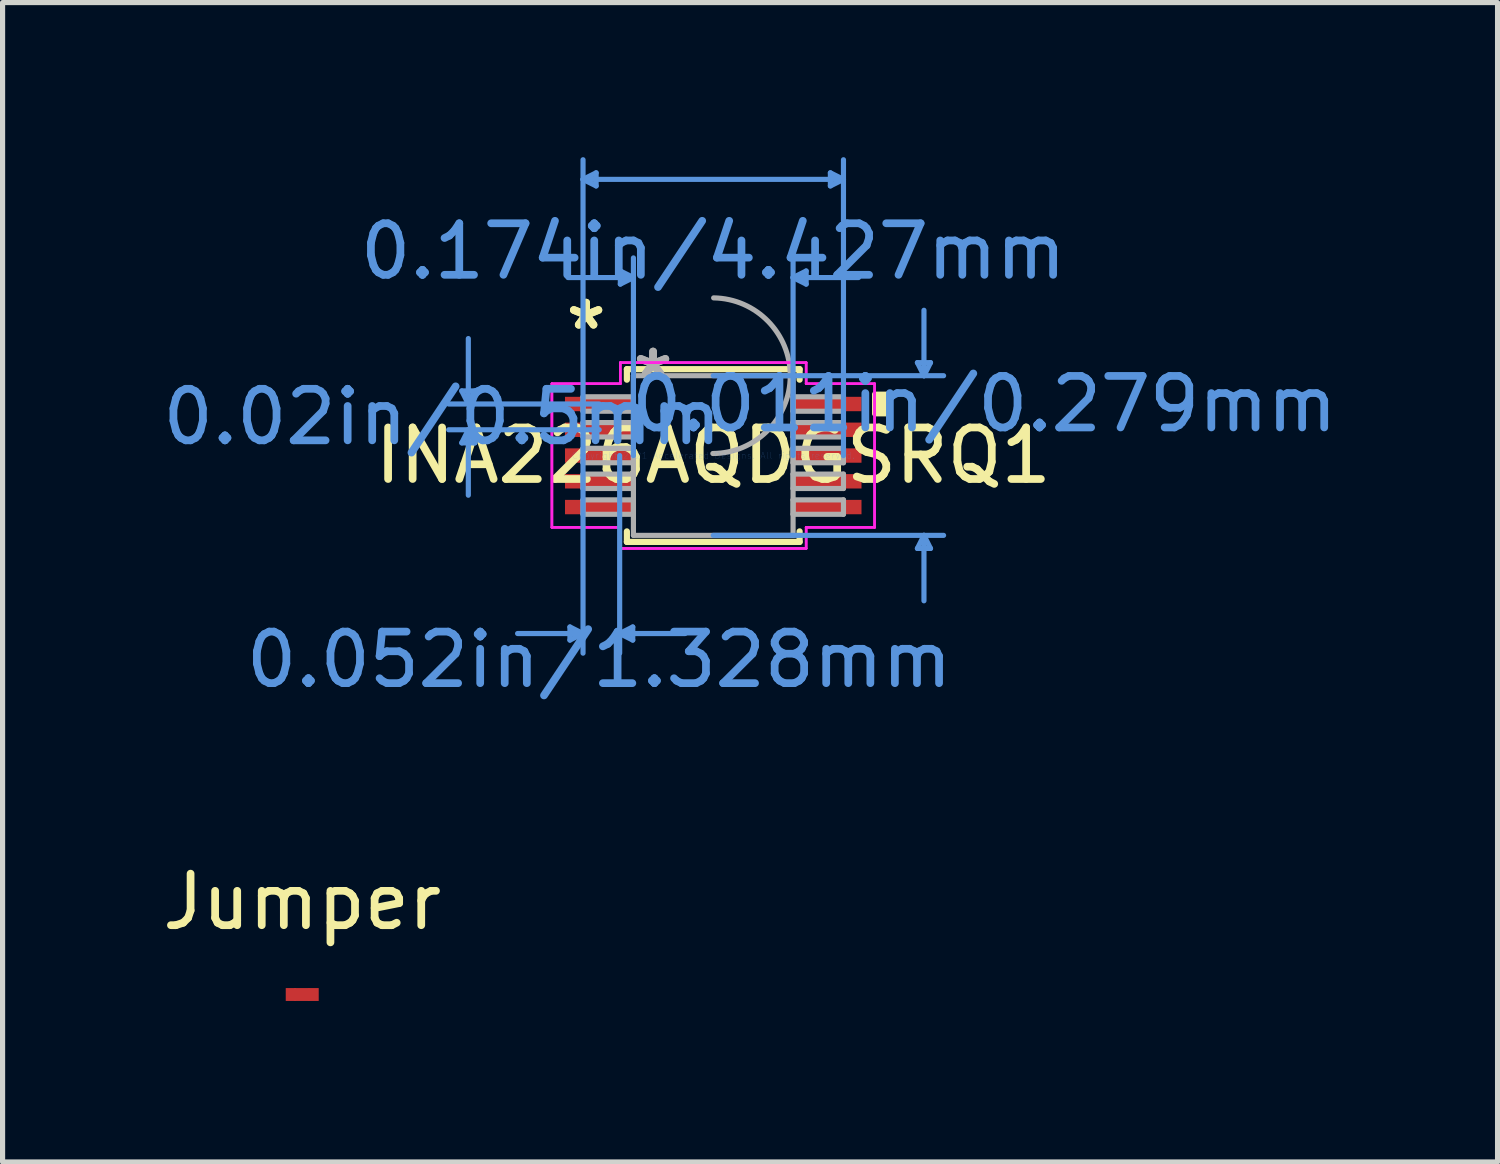
<source format=kicad_pcb>
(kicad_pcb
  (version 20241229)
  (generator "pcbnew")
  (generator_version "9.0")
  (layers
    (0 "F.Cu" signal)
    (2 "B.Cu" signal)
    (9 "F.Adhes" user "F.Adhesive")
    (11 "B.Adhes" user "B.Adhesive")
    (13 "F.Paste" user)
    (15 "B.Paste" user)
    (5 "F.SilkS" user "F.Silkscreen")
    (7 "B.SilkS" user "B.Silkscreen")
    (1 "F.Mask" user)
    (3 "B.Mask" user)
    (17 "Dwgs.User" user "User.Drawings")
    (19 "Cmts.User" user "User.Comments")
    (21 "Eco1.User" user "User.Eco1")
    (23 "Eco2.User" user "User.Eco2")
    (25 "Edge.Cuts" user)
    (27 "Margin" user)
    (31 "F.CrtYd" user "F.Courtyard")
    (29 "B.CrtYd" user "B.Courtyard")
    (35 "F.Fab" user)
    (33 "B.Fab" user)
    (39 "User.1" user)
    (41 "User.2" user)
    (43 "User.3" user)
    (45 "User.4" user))
  (footprint "INA226AQDGSRQ1"
    (layer "F.Cu")
    (at 10.791 5.79)
    (property "Reference" "INA226AQDGSRQ1" (at 0 0 0) (layer "F.SilkS") (effects (font (size 1 1) (thickness 0.15))))
    (attr through_hole)
    (fp_line (start -1.676 -1.676) (end -1.676 -1.472) (stroke (width 0.12) (type solid)) (layer "F.SilkS"))
    (fp_line (start -1.676 1.472) (end -1.676 1.676) (stroke (width 0.12) (type solid)) (layer "F.SilkS"))
    (fp_line (start -1.676 1.676) (end 1.676 1.676) (stroke (width 0.12) (type solid)) (layer "F.SilkS"))
    (fp_line (start 1.676 -1.676) (end -1.676 -1.676) (stroke (width 0.12) (type solid)) (layer "F.SilkS"))
    (fp_line (start 1.676 -1.472) (end 1.676 -1.676) (stroke (width 0.12) (type solid)) (layer "F.SilkS"))
    (fp_line (start 1.676 1.676) (end 1.676 1.472) (stroke (width 0.12) (type solid)) (layer "F.SilkS"))
    (fp_poly (pts (xy 3.385 -1.191) (xy 3.385 -0.81) (xy 3.131 -0.81) (xy 3.131 -1.191)) (stroke (width 0.1) (type solid)) (fill yes) (layer "F.SilkS"))
    (fp_line (start -4.88 -1.254) (end -4.626 -1.254) (stroke (width 0.1) (type solid)) (layer "Cmts.User"))
    (fp_line (start -4.88 -0.246) (end -4.626 -0.246) (stroke (width 0.1) (type solid)) (layer "Cmts.User"))
    (fp_line (start -4.753 -1) (end -4.88 -1.254) (stroke (width 0.1) (type solid)) (layer "Cmts.User"))
    (fp_line (start -4.753 -1) (end -4.753 -2.27) (stroke (width 0.1) (type solid)) (layer "Cmts.User"))
    (fp_line (start -4.753 -1) (end -4.626 -1.254) (stroke (width 0.1) (type solid)) (layer "Cmts.User"))
    (fp_line (start -4.753 -0.5) (end -4.88 -0.246) (stroke (width 0.1) (type solid)) (layer "Cmts.User"))
    (fp_line (start -4.753 -0.5) (end -4.753 0.77) (stroke (width 0.1) (type solid)) (layer "Cmts.User"))
    (fp_line (start -4.753 -0.5) (end -4.626 -0.246) (stroke (width 0.1) (type solid)) (layer "Cmts.User"))
    (fp_line (start -2.781 3.327) (end -2.781 3.581) (stroke (width 0.1) (type solid)) (layer "Cmts.User"))
    (fp_line (start -2.527 -5.359) (end -2.273 -5.486) (stroke (width 0.1) (type solid)) (layer "Cmts.User"))
    (fp_line (start -2.527 -5.359) (end -2.273 -5.232) (stroke (width 0.1) (type solid)) (layer "Cmts.User"))
    (fp_line (start -2.527 -5.359) (end 2.527 -5.359) (stroke (width 0.1) (type solid)) (layer "Cmts.User"))
    (fp_line (start -2.527 0) (end -2.527 -5.74) (stroke (width 0.1) (type solid)) (layer "Cmts.User"))
    (fp_line (start -2.527 0) (end -2.527 3.835) (stroke (width 0.1) (type solid)) (layer "Cmts.User"))
    (fp_line (start -2.527 3.454) (end -3.797 3.454) (stroke (width 0.1) (type solid)) (layer "Cmts.User"))
    (fp_line (start -2.527 3.454) (end -2.781 3.327) (stroke (width 0.1) (type solid)) (layer "Cmts.User"))
    (fp_line (start -2.527 3.454) (end -2.781 3.581) (stroke (width 0.1) (type solid)) (layer "Cmts.User"))
    (fp_line (start -2.273 -5.486) (end -2.273 -5.232) (stroke (width 0.1) (type solid)) (layer "Cmts.User"))
    (fp_line (start -2.213 -1) (end -5.134 -1) (stroke (width 0.1) (type solid)) (layer "Cmts.User"))
    (fp_line (start -2.213 -0.5) (end -5.134 -0.5) (stroke (width 0.1) (type solid)) (layer "Cmts.User"))
    (fp_line (start -1.816 0) (end -1.816 3.835) (stroke (width 0.1) (type solid)) (layer "Cmts.User"))
    (fp_line (start -1.816 3.454) (end -1.562 3.327) (stroke (width 0.1) (type solid)) (layer "Cmts.User"))
    (fp_line (start -1.816 3.454) (end -1.562 3.581) (stroke (width 0.1) (type solid)) (layer "Cmts.User"))
    (fp_line (start -1.816 3.454) (end -0.546 3.454) (stroke (width 0.1) (type solid)) (layer "Cmts.User"))
    (fp_line (start -1.803 -3.581) (end -1.803 -3.327) (stroke (width 0.1) (type solid)) (layer "Cmts.User"))
    (fp_line (start -1.562 3.327) (end -1.562 3.581) (stroke (width 0.1) (type solid)) (layer "Cmts.User"))
    (fp_line (start -1.549 -3.454) (end -2.819 -3.454) (stroke (width 0.1) (type solid)) (layer "Cmts.User"))
    (fp_line (start -1.549 -3.454) (end -1.803 -3.581) (stroke (width 0.1) (type solid)) (layer "Cmts.User"))
    (fp_line (start -1.549 -3.454) (end -1.803 -3.327) (stroke (width 0.1) (type solid)) (layer "Cmts.User"))
    (fp_line (start -1.549 0) (end -1.549 -3.835) (stroke (width 0.1) (type solid)) (layer "Cmts.User"))
    (fp_line (start 0 -1.549) (end 4.47 -1.549) (stroke (width 0.1) (type solid)) (layer "Cmts.User"))
    (fp_line (start 0 1.549) (end 4.47 1.549) (stroke (width 0.1) (type solid)) (layer "Cmts.User"))
    (fp_line (start 1.549 -3.454) (end 1.803 -3.581) (stroke (width 0.1) (type solid)) (layer "Cmts.User"))
    (fp_line (start 1.549 -3.454) (end 1.803 -3.327) (stroke (width 0.1) (type solid)) (layer "Cmts.User"))
    (fp_line (start 1.549 -3.454) (end 2.819 -3.454) (stroke (width 0.1) (type solid)) (layer "Cmts.User"))
    (fp_line (start 1.549 0) (end 1.549 -3.835) (stroke (width 0.1) (type solid)) (layer "Cmts.User"))
    (fp_line (start 1.803 -3.581) (end 1.803 -3.327) (stroke (width 0.1) (type solid)) (layer "Cmts.User"))
    (fp_line (start 2.273 -5.486) (end 2.273 -5.232) (stroke (width 0.1) (type solid)) (layer "Cmts.User"))
    (fp_line (start 2.527 -5.359) (end 2.273 -5.486) (stroke (width 0.1) (type solid)) (layer "Cmts.User"))
    (fp_line (start 2.527 -5.359) (end 2.273 -5.232) (stroke (width 0.1) (type solid)) (layer "Cmts.User"))
    (fp_line (start 2.527 0) (end 2.527 -5.74) (stroke (width 0.1) (type solid)) (layer "Cmts.User"))
    (fp_line (start 3.962 -1.803) (end 4.216 -1.803) (stroke (width 0.1) (type solid)) (layer "Cmts.User"))
    (fp_line (start 3.962 1.803) (end 4.216 1.803) (stroke (width 0.1) (type solid)) (layer "Cmts.User"))
    (fp_line (start 4.089 -1.549) (end 3.962 -1.803) (stroke (width 0.1) (type solid)) (layer "Cmts.User"))
    (fp_line (start 4.089 -1.549) (end 4.089 -2.819) (stroke (width 0.1) (type solid)) (layer "Cmts.User"))
    (fp_line (start 4.089 -1.549) (end 4.216 -1.803) (stroke (width 0.1) (type solid)) (layer "Cmts.User"))
    (fp_line (start 4.089 1.549) (end 3.962 1.803) (stroke (width 0.1) (type solid)) (layer "Cmts.User"))
    (fp_line (start 4.089 1.549) (end 4.089 2.819) (stroke (width 0.1) (type solid)) (layer "Cmts.User"))
    (fp_line (start 4.089 1.549) (end 4.216 1.803) (stroke (width 0.1) (type solid)) (layer "Cmts.User"))
    (fp_line (start -3.131 -1.394) (end -1.803 -1.394) (stroke (width 0.05) (type solid)) (layer "F.CrtYd"))
    (fp_line (start -3.131 -1.394) (end -1.803 -1.394) (stroke (width 0.05) (type solid)) (layer "F.CrtYd"))
    (fp_line (start -3.131 1.394) (end -3.131 -1.394) (stroke (width 0.05) (type solid)) (layer "F.CrtYd"))
    (fp_line (start -3.131 1.394) (end -3.131 -1.394) (stroke (width 0.05) (type solid)) (layer "F.CrtYd"))
    (fp_line (start -3.131 1.394) (end -1.803 1.394) (stroke (width 0.05) (type solid)) (layer "F.CrtYd"))
    (fp_line (start -1.803 -1.803) (end 1.803 -1.803) (stroke (width 0.05) (type solid)) (layer "F.CrtYd"))
    (fp_line (start -1.803 -1.803) (end 1.803 -1.803) (stroke (width 0.05) (type solid)) (layer "F.CrtYd"))
    (fp_line (start -1.803 -1.394) (end -1.803 -1.803) (stroke (width 0.05) (type solid)) (layer "F.CrtYd"))
    (fp_line (start -1.803 -1.394) (end -1.803 -1.803) (stroke (width 0.05) (type solid)) (layer "F.CrtYd"))
    (fp_line (start -1.803 1.394) (end -3.131 1.394) (stroke (width 0.05) (type solid)) (layer "F.CrtYd"))
    (fp_line (start -1.803 1.803) (end -1.803 1.394) (stroke (width 0.05) (type solid)) (layer "F.CrtYd"))
    (fp_line (start -1.803 1.803) (end -1.803 1.394) (stroke (width 0.05) (type solid)) (layer "F.CrtYd"))
    (fp_line (start 1.803 -1.803) (end 1.803 -1.394) (stroke (width 0.05) (type solid)) (layer "F.CrtYd"))
    (fp_line (start 1.803 -1.803) (end 1.803 -1.394) (stroke (width 0.05) (type solid)) (layer "F.CrtYd"))
    (fp_line (start 1.803 -1.394) (end 3.131 -1.394) (stroke (width 0.05) (type solid)) (layer "F.CrtYd"))
    (fp_line (start 1.803 1.394) (end 1.803 1.803) (stroke (width 0.05) (type solid)) (layer "F.CrtYd"))
    (fp_line (start 1.803 1.394) (end 1.803 1.803) (stroke (width 0.05) (type solid)) (layer "F.CrtYd"))
    (fp_line (start 1.803 1.803) (end -1.803 1.803) (stroke (width 0.05) (type solid)) (layer "F.CrtYd"))
    (fp_line (start 1.803 1.803) (end -1.803 1.803) (stroke (width 0.05) (type solid)) (layer "F.CrtYd"))
    (fp_line (start 3.131 -1.394) (end 1.803 -1.394) (stroke (width 0.05) (type solid)) (layer "F.CrtYd"))
    (fp_line (start 3.131 -1.394) (end 3.131 1.394) (stroke (width 0.05) (type solid)) (layer "F.CrtYd"))
    (fp_line (start 3.131 -1.394) (end 3.131 1.394) (stroke (width 0.05) (type solid)) (layer "F.CrtYd"))
    (fp_line (start 3.131 1.394) (end 1.803 1.394) (stroke (width 0.05) (type solid)) (layer "F.CrtYd"))
    (fp_line (start 3.131 1.394) (end 1.803 1.394) (stroke (width 0.05) (type solid)) (layer "F.CrtYd"))
    (fp_line (start -2.527 -1.14) (end -2.527 -0.86) (stroke (width 0.1) (type solid)) (layer "F.Fab"))
    (fp_line (start -2.527 -0.86) (end -1.549 -0.86) (stroke (width 0.1) (type solid)) (layer "F.Fab"))
    (fp_line (start -2.527 -0.64) (end -2.527 -0.36) (stroke (width 0.1) (type solid)) (layer "F.Fab"))
    (fp_line (start -2.527 -0.36) (end -1.549 -0.36) (stroke (width 0.1) (type solid)) (layer "F.Fab"))
    (fp_line (start -2.527 -0.14) (end -2.527 0.14) (stroke (width 0.1) (type solid)) (layer "F.Fab"))
    (fp_line (start -2.527 0.14) (end -1.549 0.14) (stroke (width 0.1) (type solid)) (layer "F.Fab"))
    (fp_line (start -2.527 0.36) (end -2.527 0.64) (stroke (width 0.1) (type solid)) (layer "F.Fab"))
    (fp_line (start -2.527 0.64) (end -1.549 0.64) (stroke (width 0.1) (type solid)) (layer "F.Fab"))
    (fp_line (start -2.527 0.86) (end -2.527 1.14) (stroke (width 0.1) (type solid)) (layer "F.Fab"))
    (fp_line (start -2.527 1.14) (end -1.549 1.14) (stroke (width 0.1) (type solid)) (layer "F.Fab"))
    (fp_line (start -1.549 -1.549) (end -1.549 1.549) (stroke (width 0.1) (type solid)) (layer "F.Fab"))
    (fp_line (start -1.549 -1.14) (end -2.527 -1.14) (stroke (width 0.1) (type solid)) (layer "F.Fab"))
    (fp_line (start -1.549 -0.86) (end -1.549 -1.14) (stroke (width 0.1) (type solid)) (layer "F.Fab"))
    (fp_line (start -1.549 -0.64) (end -2.527 -0.64) (stroke (width 0.1) (type solid)) (layer "F.Fab"))
    (fp_line (start -1.549 -0.36) (end -1.549 -0.64) (stroke (width 0.1) (type solid)) (layer "F.Fab"))
    (fp_line (start -1.549 -0.14) (end -2.527 -0.14) (stroke (width 0.1) (type solid)) (layer "F.Fab"))
    (fp_line (start -1.549 0.14) (end -1.549 -0.14) (stroke (width 0.1) (type solid)) (layer "F.Fab"))
    (fp_line (start -1.549 0.36) (end -2.527 0.36) (stroke (width 0.1) (type solid)) (layer "F.Fab"))
    (fp_line (start -1.549 0.64) (end -1.549 0.36) (stroke (width 0.1) (type solid)) (layer "F.Fab"))
    (fp_line (start -1.549 0.86) (end -2.527 0.86) (stroke (width 0.1) (type solid)) (layer "F.Fab"))
    (fp_line (start -1.549 1.14) (end -1.549 0.86) (stroke (width 0.1) (type solid)) (layer "F.Fab"))
    (fp_line (start -1.549 1.549) (end 1.549 1.549) (stroke (width 0.1) (type solid)) (layer "F.Fab"))
    (fp_line (start 1.549 -1.549) (end -1.549 -1.549) (stroke (width 0.1) (type solid)) (layer "F.Fab"))
    (fp_line (start 1.549 -1.14) (end 1.549 -0.86) (stroke (width 0.1) (type solid)) (layer "F.Fab"))
    (fp_line (start 1.549 -0.86) (end 2.527 -0.86) (stroke (width 0.1) (type solid)) (layer "F.Fab"))
    (fp_line (start 1.549 -0.64) (end 1.549 -0.36) (stroke (width 0.1) (type solid)) (layer "F.Fab"))
    (fp_line (start 1.549 -0.36) (end 2.527 -0.36) (stroke (width 0.1) (type solid)) (layer "F.Fab"))
    (fp_line (start 1.549 -0.14) (end 1.549 0.14) (stroke (width 0.1) (type solid)) (layer "F.Fab"))
    (fp_line (start 1.549 0.14) (end 2.527 0.14) (stroke (width 0.1) (type solid)) (layer "F.Fab"))
    (fp_line (start 1.549 0.36) (end 1.549 0.64) (stroke (width 0.1) (type solid)) (layer "F.Fab"))
    (fp_line (start 1.549 0.64) (end 2.527 0.64) (stroke (width 0.1) (type solid)) (layer "F.Fab"))
    (fp_line (start 1.549 0.86) (end 1.549 1.14) (stroke (width 0.1) (type solid)) (layer "F.Fab"))
    (fp_line (start 1.549 1.14) (end 2.527 1.14) (stroke (width 0.1) (type solid)) (layer "F.Fab"))
    (fp_line (start 1.549 1.549) (end 1.549 -1.549) (stroke (width 0.1) (type solid)) (layer "F.Fab"))
    (fp_line (start 2.527 -1.14) (end 1.549 -1.14) (stroke (width 0.1) (type solid)) (layer "F.Fab"))
    (fp_line (start 2.527 -0.86) (end 2.527 -1.14) (stroke (width 0.1) (type solid)) (layer "F.Fab"))
    (fp_line (start 2.527 -0.64) (end 1.549 -0.64) (stroke (width 0.1) (type solid)) (layer "F.Fab"))
    (fp_line (start 2.527 -0.36) (end 2.527 -0.64) (stroke (width 0.1) (type solid)) (layer "F.Fab"))
    (fp_line (start 2.527 -0.14) (end 1.549 -0.14) (stroke (width 0.1) (type solid)) (layer "F.Fab"))
    (fp_line (start 2.527 0.14) (end 2.527 -0.14) (stroke (width 0.1) (type solid)) (layer "F.Fab"))
    (fp_line (start 2.527 0.36) (end 1.549 0.36) (stroke (width 0.1) (type solid)) (layer "F.Fab"))
    (fp_line (start 2.527 0.64) (end 2.527 0.36) (stroke (width 0.1) (type solid)) (layer "F.Fab"))
    (fp_line (start 2.527 0.86) (end 1.549 0.86) (stroke (width 0.1) (type solid)) (layer "F.Fab"))
    (fp_line (start 2.527 1.14) (end 2.527 0.86) (stroke (width 0.1) (type solid)) (layer "F.Fab"))
    (fp_arc (start 0.007742 -3.059445) (mid 1.510045 -1.541658) (end -0.007742 -0.039355) (stroke (width 0.1) (type solid)) (layer "F.Fab"))
    (fp_text user "*" (at -2.467 -2.422 0) (layer "F.SilkS") (effects (font (size 1 1) (thickness 0.15))))
    (fp_text user "*" (at -2.467 -2.422 0) (layer "F.SilkS") (effects (font (size 1 1) (thickness 0.15))))
    (fp_text user "0.011in/0.279mm" (at 5.261 -1 0) (layer "Cmts.User") (effects (font (size 1 1) (thickness 0.15))))
    (fp_text user "Copyright 2021 Accelerated Designs. All rights reserved." (at 0 0 0) (layer "Cmts.User") (effects (font (size 0.127 0.127) (thickness 0.002))))
    (fp_text user "0.02in/0.5mm" (at -5.261 -0.75 0) (layer "Cmts.User") (effects (font (size 1 1) (thickness 0.15))))
    (fp_text user "0.174in/4.427mm" (at 0 -3.962 0) (layer "Cmts.User") (effects (font (size 1 1) (thickness 0.15))))
    (fp_text user "0.052in/1.328mm" (at -2.213 3.962 0) (layer "Cmts.User") (effects (font (size 1 1) (thickness 0.15))))
    (fp_text user "*" (at -1.168 -1.473 0) (layer "F.Fab") (effects (font (size 1 1) (thickness 0.15))))
    (fp_text user "*" (at -1.168 -1.473 0) (layer "F.Fab") (effects (font (size 1 1) (thickness 0.15))))
    (pad "1" smd rect (at -2.213 -1) (size 1.328 0.279) (layers "F.Cu" "F.Mask" "F.Paste"))
    (pad "2" smd rect (at -2.213 -0.5) (size 1.328 0.279) (layers "F.Cu" "F.Mask" "F.Paste"))
    (pad "3" smd rect (at -2.213 0) (size 1.328 0.279) (layers "F.Cu" "F.Mask" "F.Paste"))
    (pad "4" smd rect (at -2.213 0.5) (size 1.328 0.279) (layers "F.Cu" "F.Mask" "F.Paste"))
    (pad "5" smd rect (at -2.213 1) (size 1.328 0.279) (layers "F.Cu" "F.Mask" "F.Paste"))
    (pad "6" smd rect (at 2.213 1) (size 1.328 0.279) (layers "F.Cu" "F.Mask" "F.Paste"))
    (pad "7" smd rect (at 2.213 0.5) (size 1.328 0.279) (layers "F.Cu" "F.Mask" "F.Paste"))
    (pad "8" smd rect (at 2.213 0) (size 1.328 0.279) (layers "F.Cu" "F.Mask" "F.Paste"))
    (pad "9" smd rect (at 2.213 -0.5) (size 1.328 0.279) (layers "F.Cu" "F.Mask" "F.Paste"))
    (pad "10" smd rect (at 2.213 -1) (size 1.328 0.279) (layers "F.Cu" "F.Mask" "F.Paste")))
  (footprint "Jumper"
    (layer "F.Cu")
    (at 2.815 16.249)
    (property "Reference" "Jumper" (at 0 -1.8 0) (layer "F.SilkS") (effects (font (size 1 1) (thickness 0.15))))
    (attr exclude_from_pos_files exclude_from_bom)
    (fp_rect (start -0.16 -0.125) (end 0.14 0.125) (stroke (width 0) (type solid)) (fill yes) (layer "F.Cu"))
    (pad "1" smd rect (at -0.22 0) (size 0.2 0.25) (layers "F.Cu" "F.Mask"))
    (pad "2" smd rect (at 0.22 0) (size 0.2 0.25) (layers "F.Cu" "F.Mask")))
  (gr_rect
    (start -3 -3)
    (end 26.011 19.499)
    (stroke (width 0.1) (type default))
    (fill no)
    (layer "Edge.Cuts")))
</source>
